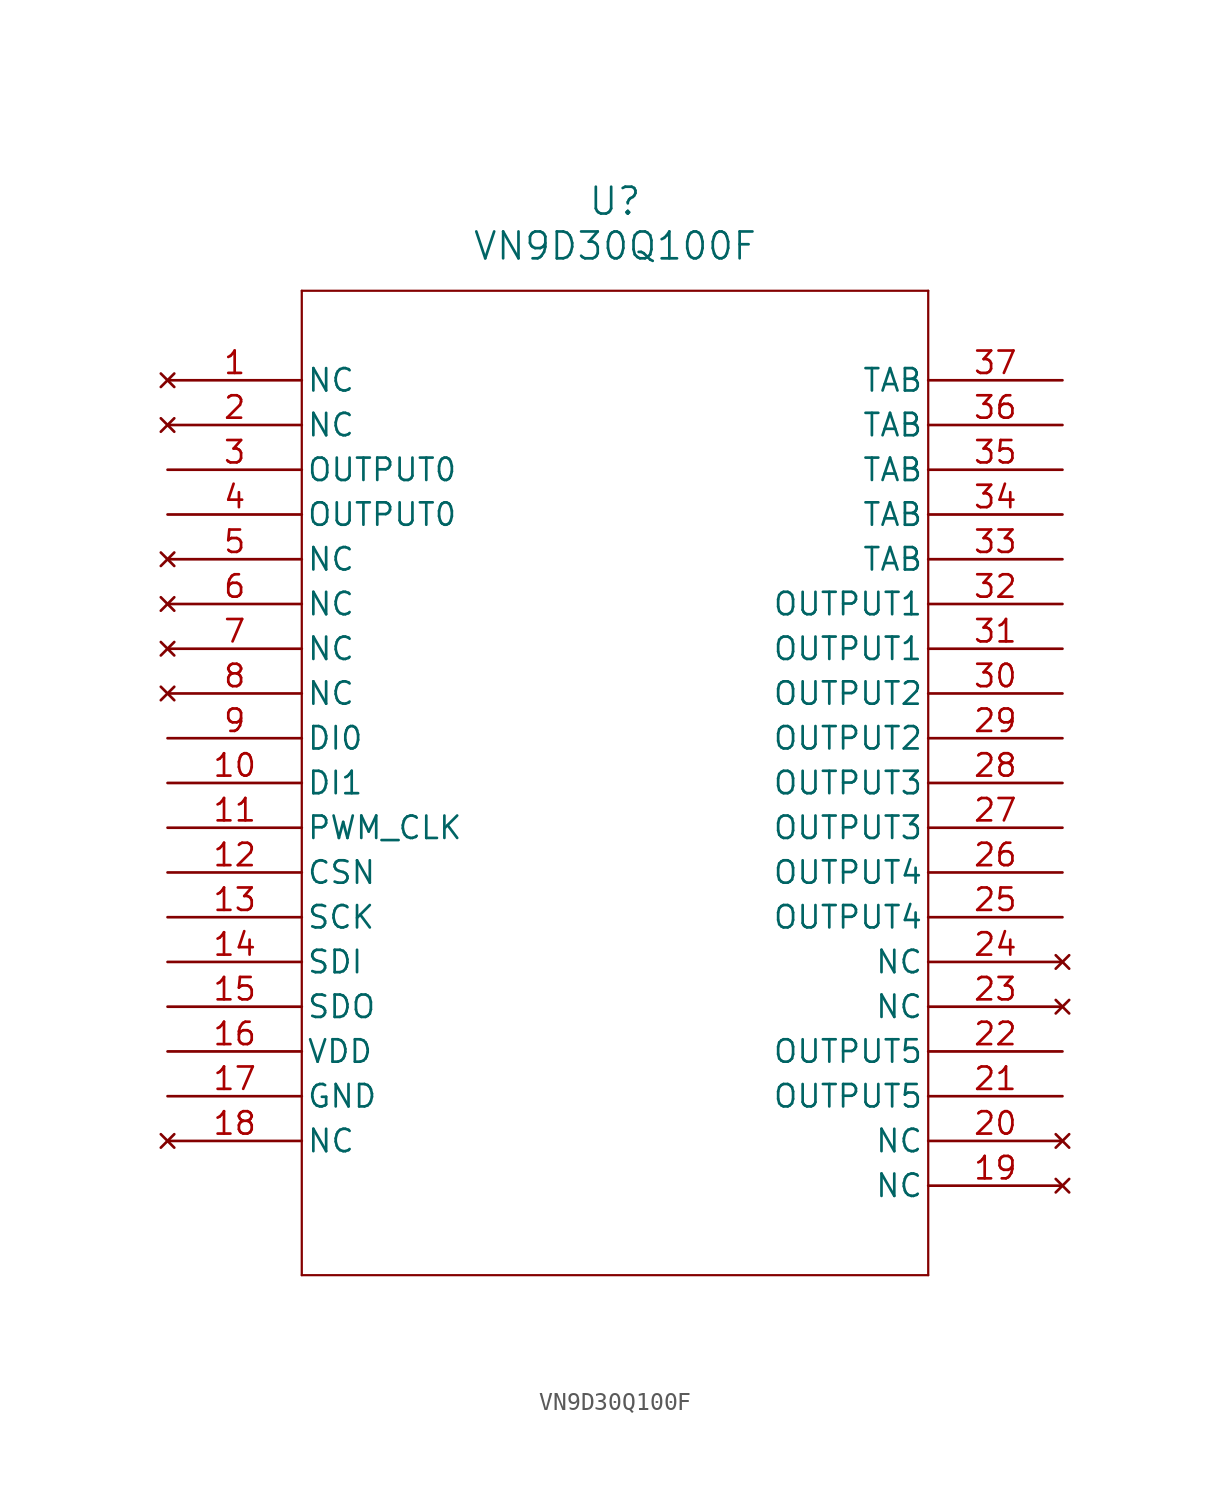
<source format=kicad_sym>
(kicad_symbol_lib
  (version 20211014)
  (generator kicad_symbol_editor)
  (symbol "VN9D30Q100F"
    (pin_names
      (offset 0.254))
    (property "Reference" "U"
      (at 25.4 10.16 0)
      (effects (font (size 1.524 1.524))))
    (property "Value" "VN9D30Q100F"
      (at 25.4 7.62 0)
      (effects (font (size 1.524 1.524))))
    (symbol "VN9D30Q100F_0_1"
      (polyline (pts (xy 7.62 5.08) (xy 7.62 -50.8)) (stroke (width 0.127) (type default) (color 0 0 0 0)) (fill (type none)))
      (polyline (pts (xy 7.62 -50.8) (xy 43.18 -50.8)) (stroke (width 0.127) (type default) (color 0 0 0 0)) (fill (type none)))
      (polyline (pts (xy 43.18 -50.8) (xy 43.18 5.08)) (stroke (width 0.127) (type default) (color 0 0 0 0)) (fill (type none)))
      (polyline (pts (xy 43.18 5.08) (xy 7.62 5.08)) (stroke (width 0.127) (type default) (color 0 0 0 0)) (fill (type none)))
      (pin no_connect line (at 0 0 0) (length 7.62) (name "NC" (effects (font (size 1.27 1.27)))) (number "1" (effects (font (size 1.27 1.27)))))
      (pin no_connect line (at 0 -2.54 0) (length 7.62) (name "NC" (effects (font (size 1.27 1.27)))) (number "2" (effects (font (size 1.27 1.27)))))
      (pin output line (at 0 -5.08 0) (length 7.62) (name "OUTPUT0" (effects (font (size 1.27 1.27)))) (number "3" (effects (font (size 1.27 1.27)))))
      (pin output line (at 0 -7.62 0) (length 7.62) (name "OUTPUT0" (effects (font (size 1.27 1.27)))) (number "4" (effects (font (size 1.27 1.27)))))
      (pin no_connect line (at 0 -10.16 0) (length 7.62) (name "NC" (effects (font (size 1.27 1.27)))) (number "5" (effects (font (size 1.27 1.27)))))
      (pin no_connect line (at 0 -12.7 0) (length 7.62) (name "NC" (effects (font (size 1.27 1.27)))) (number "6" (effects (font (size 1.27 1.27)))))
      (pin no_connect line (at 0 -15.24 0) (length 7.62) (name "NC" (effects (font (size 1.27 1.27)))) (number "7" (effects (font (size 1.27 1.27)))))
      (pin no_connect line (at 0 -17.78 0) (length 7.62) (name "NC" (effects (font (size 1.27 1.27)))) (number "8" (effects (font (size 1.27 1.27)))))
      (pin bidirectional line (at 0 -20.32 0) (length 7.62) (name "DI0" (effects (font (size 1.27 1.27)))) (number "9" (effects (font (size 1.27 1.27)))))
      (pin bidirectional line (at 0 -22.86 0) (length 7.62) (name "DI1" (effects (font (size 1.27 1.27)))) (number "10" (effects (font (size 1.27 1.27)))))
      (pin unspecified line (at 0 -25.4 0) (length 7.62) (name "PWM_CLK" (effects (font (size 1.27 1.27)))) (number "11" (effects (font (size 1.27 1.27)))))
      (pin unspecified line (at 0 -27.94 0) (length 7.62) (name "CSN" (effects (font (size 1.27 1.27)))) (number "12" (effects (font (size 1.27 1.27)))))
      (pin unspecified line (at 0 -30.48 0) (length 7.62) (name "SCK" (effects (font (size 1.27 1.27)))) (number "13" (effects (font (size 1.27 1.27)))))
      (pin input line (at 0 -33.02 0) (length 7.62) (name "SDI" (effects (font (size 1.27 1.27)))) (number "14" (effects (font (size 1.27 1.27)))))
      (pin output line (at 0 -35.56 0) (length 7.62) (name "SDO" (effects (font (size 1.27 1.27)))) (number "15" (effects (font (size 1.27 1.27)))))
      (pin power_in line (at 0 -38.1 0) (length 7.62) (name "VDD" (effects (font (size 1.27 1.27)))) (number "16" (effects (font (size 1.27 1.27)))))
      (pin power_out line (at 0 -40.64 0) (length 7.62) (name "GND" (effects (font (size 1.27 1.27)))) (number "17" (effects (font (size 1.27 1.27)))))
      (pin no_connect line (at 0 -43.18 0) (length 7.62) (name "NC" (effects (font (size 1.27 1.27)))) (number "18" (effects (font (size 1.27 1.27)))))
      (pin no_connect line (at 50.8 -45.72 180) (length 7.62) (name "NC" (effects (font (size 1.27 1.27)))) (number "19" (effects (font (size 1.27 1.27)))))
      (pin no_connect line (at 50.8 -43.18 180) (length 7.62) (name "NC" (effects (font (size 1.27 1.27)))) (number "20" (effects (font (size 1.27 1.27)))))
      (pin output line (at 50.8 -40.64 180) (length 7.62) (name "OUTPUT5" (effects (font (size 1.27 1.27)))) (number "21" (effects (font (size 1.27 1.27)))))
      (pin output line (at 50.8 -38.1 180) (length 7.62) (name "OUTPUT5" (effects (font (size 1.27 1.27)))) (number "22" (effects (font (size 1.27 1.27)))))
      (pin no_connect line (at 50.8 -35.56 180) (length 7.62) (name "NC" (effects (font (size 1.27 1.27)))) (number "23" (effects (font (size 1.27 1.27)))))
      (pin no_connect line (at 50.8 -33.02 180) (length 7.62) (name "NC" (effects (font (size 1.27 1.27)))) (number "24" (effects (font (size 1.27 1.27)))))
      (pin output line (at 50.8 -30.48 180) (length 7.62) (name "OUTPUT4" (effects (font (size 1.27 1.27)))) (number "25" (effects (font (size 1.27 1.27)))))
      (pin output line (at 50.8 -27.94 180) (length 7.62) (name "OUTPUT4" (effects (font (size 1.27 1.27)))) (number "26" (effects (font (size 1.27 1.27)))))
      (pin output line (at 50.8 -25.4 180) (length 7.62) (name "OUTPUT3" (effects (font (size 1.27 1.27)))) (number "27" (effects (font (size 1.27 1.27)))))
      (pin output line (at 50.8 -22.86 180) (length 7.62) (name "OUTPUT3" (effects (font (size 1.27 1.27)))) (number "28" (effects (font (size 1.27 1.27)))))
      (pin output line (at 50.8 -20.32 180) (length 7.62) (name "OUTPUT2" (effects (font (size 1.27 1.27)))) (number "29" (effects (font (size 1.27 1.27)))))
      (pin output line (at 50.8 -17.78 180) (length 7.62) (name "OUTPUT2" (effects (font (size 1.27 1.27)))) (number "30" (effects (font (size 1.27 1.27)))))
      (pin output line (at 50.8 -15.24 180) (length 7.62) (name "OUTPUT1" (effects (font (size 1.27 1.27)))) (number "31" (effects (font (size 1.27 1.27)))))
      (pin output line (at 50.8 -12.7 180) (length 7.62) (name "OUTPUT1" (effects (font (size 1.27 1.27)))) (number "32" (effects (font (size 1.27 1.27)))))
      (pin unspecified line (at 50.8 -10.16 180) (length 7.62) (name "TAB" (effects (font (size 1.27 1.27)))) (number "33" (effects (font (size 1.27 1.27)))))
      (pin unspecified line (at 50.8 -7.62 180) (length 7.62) (name "TAB" (effects (font (size 1.27 1.27)))) (number "34" (effects (font (size 1.27 1.27)))))
      (pin unspecified line (at 50.8 -5.08 180) (length 7.62) (name "TAB" (effects (font (size 1.27 1.27)))) (number "35" (effects (font (size 1.27 1.27)))))
      (pin unspecified line (at 50.8 -2.54 180) (length 7.62) (name "TAB" (effects (font (size 1.27 1.27)))) (number "36" (effects (font (size 1.27 1.27)))))
      (pin unspecified line (at 50.8 0 180) (length 7.62) (name "TAB" (effects (font (size 1.27 1.27)))) (number "37" (effects (font (size 1.27 1.27))))))))
</source>
